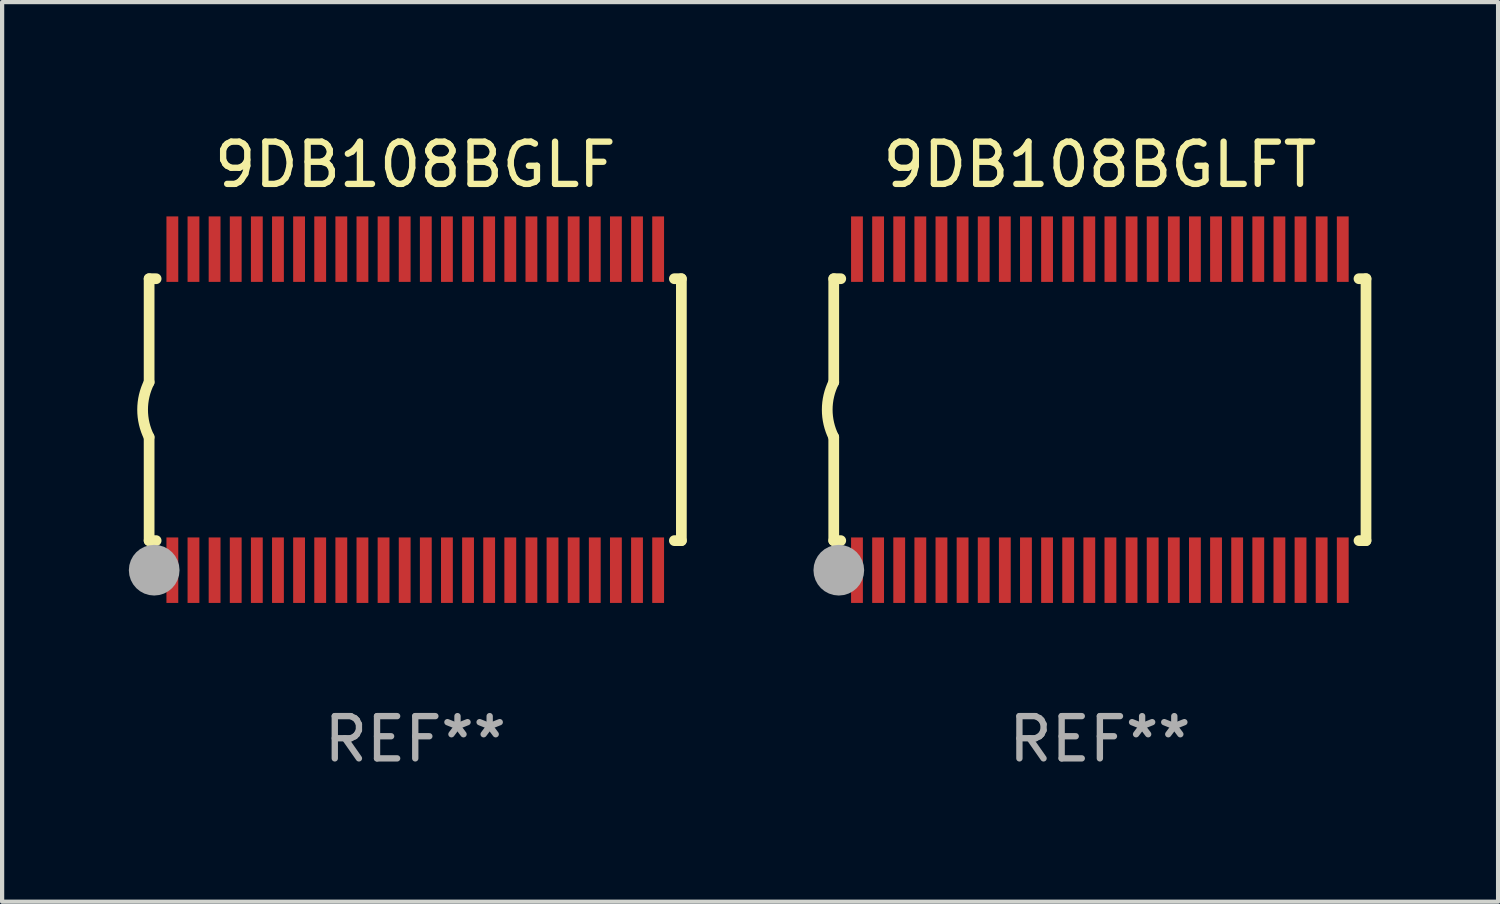
<source format=kicad_pcb>
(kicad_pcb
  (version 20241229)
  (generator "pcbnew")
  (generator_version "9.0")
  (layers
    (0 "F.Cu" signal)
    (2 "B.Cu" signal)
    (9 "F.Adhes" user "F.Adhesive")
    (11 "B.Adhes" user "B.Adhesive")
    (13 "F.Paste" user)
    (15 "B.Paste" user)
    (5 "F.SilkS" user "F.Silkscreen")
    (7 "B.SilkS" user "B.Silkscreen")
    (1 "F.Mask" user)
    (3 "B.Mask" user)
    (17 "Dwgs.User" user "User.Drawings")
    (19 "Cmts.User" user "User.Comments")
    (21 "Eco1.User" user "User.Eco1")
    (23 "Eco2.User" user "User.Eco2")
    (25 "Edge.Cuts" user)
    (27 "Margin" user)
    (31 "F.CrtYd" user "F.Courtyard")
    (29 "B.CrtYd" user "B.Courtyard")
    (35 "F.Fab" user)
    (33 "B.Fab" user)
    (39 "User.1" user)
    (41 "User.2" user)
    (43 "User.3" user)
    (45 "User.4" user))
  (footprint "9DB108BGLF"
    (layer "F.Cu")
    (at 6.78 6.648)
    (property "Reference" "9DB108BGLF" (at 0 -5.8 0) (layer "F.SilkS") (effects (font (size 1 1) (thickness 0.15))))
    (attr through_hole)
    (fp_line (start -6.3 -3.1) (end -6.3 -0.65) (stroke (width 0.254) (type solid)) (layer "F.SilkS"))
    (fp_line (start -6.3 -3.1) (end -6.134 -3.1) (stroke (width 0.254) (type solid)) (layer "F.SilkS"))
    (fp_line (start -6.3 3.1) (end -6.3 0.65) (stroke (width 0.254) (type solid)) (layer "F.SilkS"))
    (fp_line (start -6.3 3.1) (end -6.134 3.1) (stroke (width 0.254) (type solid)) (layer "F.SilkS"))
    (fp_line (start 6.134 -3.1) (end 6.3 -3.1) (stroke (width 0.254) (type solid)) (layer "F.SilkS"))
    (fp_line (start 6.134 3.1) (end 6.3 3.1) (stroke (width 0.254) (type solid)) (layer "F.SilkS"))
    (fp_line (start 6.3 -3.1) (end 6.3 3.1) (stroke (width 0.254) (type solid)) (layer "F.SilkS"))
    (fp_arc (start -6.301016 0.650114) (mid -6.45413 -0.000082) (end -6.3 -0.650038) (stroke (width 0.254001) (type solid)) (layer "F.SilkS"))
    (fp_circle (center -6.35 3.81) (end -6.223 3.81) (stroke (width 0.254) (type solid)) (fill no) (layer "F.SilkS"))
    (fp_circle (center -6.25 4.05) (end -6.22 4.05) (stroke (width 0.06) (type solid)) (fill no) (layer "F.SilkS"))
    (fp_circle (center -6.18 3.8) (end -5.88 3.8) (stroke (width 0.6) (type solid)) (fill no) (layer "F.Fab"))
    (fp_text user "REF**" (at 0 7.8 0) (layer "F.Fab") (effects (font (size 1 1) (thickness 0.15))))
    (pad "1" smd rect (at -5.75 3.8) (size 0.28 1.55) (layers "F.Cu" "F.Mask" "F.Paste"))
    (pad "2" smd rect (at -5.25 3.8) (size 0.28 1.55) (layers "F.Cu" "F.Mask" "F.Paste"))
    (pad "3" smd rect (at -4.75 3.8) (size 0.28 1.55) (layers "F.Cu" "F.Mask" "F.Paste"))
    (pad "4" smd rect (at -4.25 3.8) (size 0.28 1.55) (layers "F.Cu" "F.Mask" "F.Paste"))
    (pad "5" smd rect (at -3.75 3.8) (size 0.28 1.55) (layers "F.Cu" "F.Mask" "F.Paste"))
    (pad "6" smd rect (at -3.25 3.8) (size 0.28 1.55) (layers "F.Cu" "F.Mask" "F.Paste"))
    (pad "7" smd rect (at -2.75 3.8) (size 0.28 1.55) (layers "F.Cu" "F.Mask" "F.Paste"))
    (pad "8" smd rect (at -2.25 3.8) (size 0.28 1.55) (layers "F.Cu" "F.Mask" "F.Paste"))
    (pad "9" smd rect (at -1.75 3.8) (size 0.28 1.55) (layers "F.Cu" "F.Mask" "F.Paste"))
    (pad "10" smd rect (at -1.25 3.8) (size 0.28 1.55) (layers "F.Cu" "F.Mask" "F.Paste"))
    (pad "11" smd rect (at -0.75 3.8) (size 0.28 1.55) (layers "F.Cu" "F.Mask" "F.Paste"))
    (pad "12" smd rect (at -0.25 3.8) (size 0.28 1.55) (layers "F.Cu" "F.Mask" "F.Paste"))
    (pad "13" smd rect (at 0.25 3.8) (size 0.28 1.55) (layers "F.Cu" "F.Mask" "F.Paste"))
    (pad "14" smd rect (at 0.75 3.8) (size 0.28 1.55) (layers "F.Cu" "F.Mask" "F.Paste"))
    (pad "15" smd rect (at 1.25 3.8) (size 0.28 1.55) (layers "F.Cu" "F.Mask" "F.Paste"))
    (pad "16" smd rect (at 1.75 3.8) (size 0.28 1.55) (layers "F.Cu" "F.Mask" "F.Paste"))
    (pad "17" smd rect (at 2.25 3.8) (size 0.28 1.55) (layers "F.Cu" "F.Mask" "F.Paste"))
    (pad "18" smd rect (at 2.75 3.8) (size 0.28 1.55) (layers "F.Cu" "F.Mask" "F.Paste"))
    (pad "19" smd rect (at 3.25 3.8) (size 0.28 1.55) (layers "F.Cu" "F.Mask" "F.Paste"))
    (pad "20" smd rect (at 3.75 3.8) (size 0.28 1.55) (layers "F.Cu" "F.Mask" "F.Paste"))
    (pad "21" smd rect (at 4.25 3.8) (size 0.28 1.55) (layers "F.Cu" "F.Mask" "F.Paste"))
    (pad "22" smd rect (at 4.75 3.8) (size 0.28 1.55) (layers "F.Cu" "F.Mask" "F.Paste"))
    (pad "23" smd rect (at 5.25 3.8) (size 0.28 1.55) (layers "F.Cu" "F.Mask" "F.Paste"))
    (pad "24" smd rect (at 5.75 3.8) (size 0.28 1.55) (layers "F.Cu" "F.Mask" "F.Paste"))
    (pad "25" smd rect (at 5.75 -3.8) (size 0.28 1.55) (layers "F.Cu" "F.Mask" "F.Paste"))
    (pad "26" smd rect (at 5.25 -3.8) (size 0.28 1.55) (layers "F.Cu" "F.Mask" "F.Paste"))
    (pad "27" smd rect (at 4.75 -3.8) (size 0.28 1.55) (layers "F.Cu" "F.Mask" "F.Paste"))
    (pad "28" smd rect (at 4.25 -3.8) (size 0.28 1.55) (layers "F.Cu" "F.Mask" "F.Paste"))
    (pad "29" smd rect (at 3.75 -3.8) (size 0.28 1.55) (layers "F.Cu" "F.Mask" "F.Paste"))
    (pad "30" smd rect (at 3.25 -3.8) (size 0.28 1.55) (layers "F.Cu" "F.Mask" "F.Paste"))
    (pad "31" smd rect (at 2.75 -3.8) (size 0.28 1.55) (layers "F.Cu" "F.Mask" "F.Paste"))
    (pad "32" smd rect (at 2.25 -3.8) (size 0.28 1.55) (layers "F.Cu" "F.Mask" "F.Paste"))
    (pad "33" smd rect (at 1.75 -3.8) (size 0.28 1.55) (layers "F.Cu" "F.Mask" "F.Paste"))
    (pad "34" smd rect (at 1.25 -3.8) (size 0.28 1.55) (layers "F.Cu" "F.Mask" "F.Paste"))
    (pad "35" smd rect (at 0.75 -3.8) (size 0.28 1.55) (layers "F.Cu" "F.Mask" "F.Paste"))
    (pad "36" smd rect (at 0.25 -3.8) (size 0.28 1.55) (layers "F.Cu" "F.Mask" "F.Paste"))
    (pad "37" smd rect (at -0.25 -3.8) (size 0.28 1.55) (layers "F.Cu" "F.Mask" "F.Paste"))
    (pad "38" smd rect (at -0.75 -3.8) (size 0.28 1.55) (layers "F.Cu" "F.Mask" "F.Paste"))
    (pad "39" smd rect (at -1.25 -3.8) (size 0.28 1.55) (layers "F.Cu" "F.Mask" "F.Paste"))
    (pad "40" smd rect (at -1.75 -3.8) (size 0.28 1.55) (layers "F.Cu" "F.Mask" "F.Paste"))
    (pad "41" smd rect (at -2.25 -3.8) (size 0.28 1.55) (layers "F.Cu" "F.Mask" "F.Paste"))
    (pad "42" smd rect (at -2.75 -3.8) (size 0.28 1.55) (layers "F.Cu" "F.Mask" "F.Paste"))
    (pad "43" smd rect (at -3.25 -3.8) (size 0.28 1.55) (layers "F.Cu" "F.Mask" "F.Paste"))
    (pad "44" smd rect (at -3.75 -3.8) (size 0.28 1.55) (layers "F.Cu" "F.Mask" "F.Paste"))
    (pad "45" smd rect (at -4.25 -3.8) (size 0.28 1.55) (layers "F.Cu" "F.Mask" "F.Paste"))
    (pad "46" smd rect (at -4.75 -3.8) (size 0.28 1.55) (layers "F.Cu" "F.Mask" "F.Paste"))
    (pad "47" smd rect (at -5.25 -3.8) (size 0.28 1.55) (layers "F.Cu" "F.Mask" "F.Paste"))
    (pad "48" smd rect (at -5.75 -3.8) (size 0.28 1.55) (layers "F.Cu" "F.Mask" "F.Paste")))
  (footprint "9DB108BGLFT"
    (layer "F.Cu")
    (at 22.987 6.648)
    (property "Reference" "9DB108BGLFT" (at 0 -5.8 0) (layer "F.SilkS") (effects (font (size 1 1) (thickness 0.15))))
    (attr through_hole)
    (fp_line (start -6.3 -3.1) (end -6.3 -0.65) (stroke (width 0.254) (type solid)) (layer "F.SilkS"))
    (fp_line (start -6.3 -3.1) (end -6.134 -3.1) (stroke (width 0.254) (type solid)) (layer "F.SilkS"))
    (fp_line (start -6.3 3.1) (end -6.3 0.65) (stroke (width 0.254) (type solid)) (layer "F.SilkS"))
    (fp_line (start -6.3 3.1) (end -6.134 3.1) (stroke (width 0.254) (type solid)) (layer "F.SilkS"))
    (fp_line (start 6.134 -3.1) (end 6.3 -3.1) (stroke (width 0.254) (type solid)) (layer "F.SilkS"))
    (fp_line (start 6.134 3.1) (end 6.3 3.1) (stroke (width 0.254) (type solid)) (layer "F.SilkS"))
    (fp_line (start 6.3 -3.1) (end 6.3 3.1) (stroke (width 0.254) (type solid)) (layer "F.SilkS"))
    (fp_arc (start -6.301016 0.650114) (mid -6.45413 -0.000082) (end -6.3 -0.650038) (stroke (width 0.254001) (type solid)) (layer "F.SilkS"))
    (fp_circle (center -6.35 3.81) (end -6.223 3.81) (stroke (width 0.254) (type solid)) (fill no) (layer "F.SilkS"))
    (fp_circle (center -6.25 4.05) (end -6.22 4.05) (stroke (width 0.06) (type solid)) (fill no) (layer "F.SilkS"))
    (fp_circle (center -6.18 3.8) (end -5.88 3.8) (stroke (width 0.6) (type solid)) (fill no) (layer "F.Fab"))
    (fp_text user "REF**" (at 0 7.8 0) (layer "F.Fab") (effects (font (size 1 1) (thickness 0.15))))
    (pad "1" smd rect (at -5.75 3.8) (size 0.28 1.55) (layers "F.Cu" "F.Mask" "F.Paste"))
    (pad "2" smd rect (at -5.25 3.8) (size 0.28 1.55) (layers "F.Cu" "F.Mask" "F.Paste"))
    (pad "3" smd rect (at -4.75 3.8) (size 0.28 1.55) (layers "F.Cu" "F.Mask" "F.Paste"))
    (pad "4" smd rect (at -4.25 3.8) (size 0.28 1.55) (layers "F.Cu" "F.Mask" "F.Paste"))
    (pad "5" smd rect (at -3.75 3.8) (size 0.28 1.55) (layers "F.Cu" "F.Mask" "F.Paste"))
    (pad "6" smd rect (at -3.25 3.8) (size 0.28 1.55) (layers "F.Cu" "F.Mask" "F.Paste"))
    (pad "7" smd rect (at -2.75 3.8) (size 0.28 1.55) (layers "F.Cu" "F.Mask" "F.Paste"))
    (pad "8" smd rect (at -2.25 3.8) (size 0.28 1.55) (layers "F.Cu" "F.Mask" "F.Paste"))
    (pad "9" smd rect (at -1.75 3.8) (size 0.28 1.55) (layers "F.Cu" "F.Mask" "F.Paste"))
    (pad "10" smd rect (at -1.25 3.8) (size 0.28 1.55) (layers "F.Cu" "F.Mask" "F.Paste"))
    (pad "11" smd rect (at -0.75 3.8) (size 0.28 1.55) (layers "F.Cu" "F.Mask" "F.Paste"))
    (pad "12" smd rect (at -0.25 3.8) (size 0.28 1.55) (layers "F.Cu" "F.Mask" "F.Paste"))
    (pad "13" smd rect (at 0.25 3.8) (size 0.28 1.55) (layers "F.Cu" "F.Mask" "F.Paste"))
    (pad "14" smd rect (at 0.75 3.8) (size 0.28 1.55) (layers "F.Cu" "F.Mask" "F.Paste"))
    (pad "15" smd rect (at 1.25 3.8) (size 0.28 1.55) (layers "F.Cu" "F.Mask" "F.Paste"))
    (pad "16" smd rect (at 1.75 3.8) (size 0.28 1.55) (layers "F.Cu" "F.Mask" "F.Paste"))
    (pad "17" smd rect (at 2.25 3.8) (size 0.28 1.55) (layers "F.Cu" "F.Mask" "F.Paste"))
    (pad "18" smd rect (at 2.75 3.8) (size 0.28 1.55) (layers "F.Cu" "F.Mask" "F.Paste"))
    (pad "19" smd rect (at 3.25 3.8) (size 0.28 1.55) (layers "F.Cu" "F.Mask" "F.Paste"))
    (pad "20" smd rect (at 3.75 3.8) (size 0.28 1.55) (layers "F.Cu" "F.Mask" "F.Paste"))
    (pad "21" smd rect (at 4.25 3.8) (size 0.28 1.55) (layers "F.Cu" "F.Mask" "F.Paste"))
    (pad "22" smd rect (at 4.75 3.8) (size 0.28 1.55) (layers "F.Cu" "F.Mask" "F.Paste"))
    (pad "23" smd rect (at 5.25 3.8) (size 0.28 1.55) (layers "F.Cu" "F.Mask" "F.Paste"))
    (pad "24" smd rect (at 5.75 3.8) (size 0.28 1.55) (layers "F.Cu" "F.Mask" "F.Paste"))
    (pad "25" smd rect (at 5.75 -3.8) (size 0.28 1.55) (layers "F.Cu" "F.Mask" "F.Paste"))
    (pad "26" smd rect (at 5.25 -3.8) (size 0.28 1.55) (layers "F.Cu" "F.Mask" "F.Paste"))
    (pad "27" smd rect (at 4.75 -3.8) (size 0.28 1.55) (layers "F.Cu" "F.Mask" "F.Paste"))
    (pad "28" smd rect (at 4.25 -3.8) (size 0.28 1.55) (layers "F.Cu" "F.Mask" "F.Paste"))
    (pad "29" smd rect (at 3.75 -3.8) (size 0.28 1.55) (layers "F.Cu" "F.Mask" "F.Paste"))
    (pad "30" smd rect (at 3.25 -3.8) (size 0.28 1.55) (layers "F.Cu" "F.Mask" "F.Paste"))
    (pad "31" smd rect (at 2.75 -3.8) (size 0.28 1.55) (layers "F.Cu" "F.Mask" "F.Paste"))
    (pad "32" smd rect (at 2.25 -3.8) (size 0.28 1.55) (layers "F.Cu" "F.Mask" "F.Paste"))
    (pad "33" smd rect (at 1.75 -3.8) (size 0.28 1.55) (layers "F.Cu" "F.Mask" "F.Paste"))
    (pad "34" smd rect (at 1.25 -3.8) (size 0.28 1.55) (layers "F.Cu" "F.Mask" "F.Paste"))
    (pad "35" smd rect (at 0.75 -3.8) (size 0.28 1.55) (layers "F.Cu" "F.Mask" "F.Paste"))
    (pad "36" smd rect (at 0.25 -3.8) (size 0.28 1.55) (layers "F.Cu" "F.Mask" "F.Paste"))
    (pad "37" smd rect (at -0.25 -3.8) (size 0.28 1.55) (layers "F.Cu" "F.Mask" "F.Paste"))
    (pad "38" smd rect (at -0.75 -3.8) (size 0.28 1.55) (layers "F.Cu" "F.Mask" "F.Paste"))
    (pad "39" smd rect (at -1.25 -3.8) (size 0.28 1.55) (layers "F.Cu" "F.Mask" "F.Paste"))
    (pad "40" smd rect (at -1.75 -3.8) (size 0.28 1.55) (layers "F.Cu" "F.Mask" "F.Paste"))
    (pad "41" smd rect (at -2.25 -3.8) (size 0.28 1.55) (layers "F.Cu" "F.Mask" "F.Paste"))
    (pad "42" smd rect (at -2.75 -3.8) (size 0.28 1.55) (layers "F.Cu" "F.Mask" "F.Paste"))
    (pad "43" smd rect (at -3.25 -3.8) (size 0.28 1.55) (layers "F.Cu" "F.Mask" "F.Paste"))
    (pad "44" smd rect (at -3.75 -3.8) (size 0.28 1.55) (layers "F.Cu" "F.Mask" "F.Paste"))
    (pad "45" smd rect (at -4.25 -3.8) (size 0.28 1.55) (layers "F.Cu" "F.Mask" "F.Paste"))
    (pad "46" smd rect (at -4.75 -3.8) (size 0.28 1.55) (layers "F.Cu" "F.Mask" "F.Paste"))
    (pad "47" smd rect (at -5.25 -3.8) (size 0.28 1.55) (layers "F.Cu" "F.Mask" "F.Paste"))
    (pad "48" smd rect (at -5.75 -3.8) (size 0.28 1.55) (layers "F.Cu" "F.Mask" "F.Paste")))
  (gr_rect
    (start -3 -3)
    (end 32.414 18.296)
    (stroke (width 0.1) (type default))
    (fill no)
    (layer "Edge.Cuts")))
</source>
